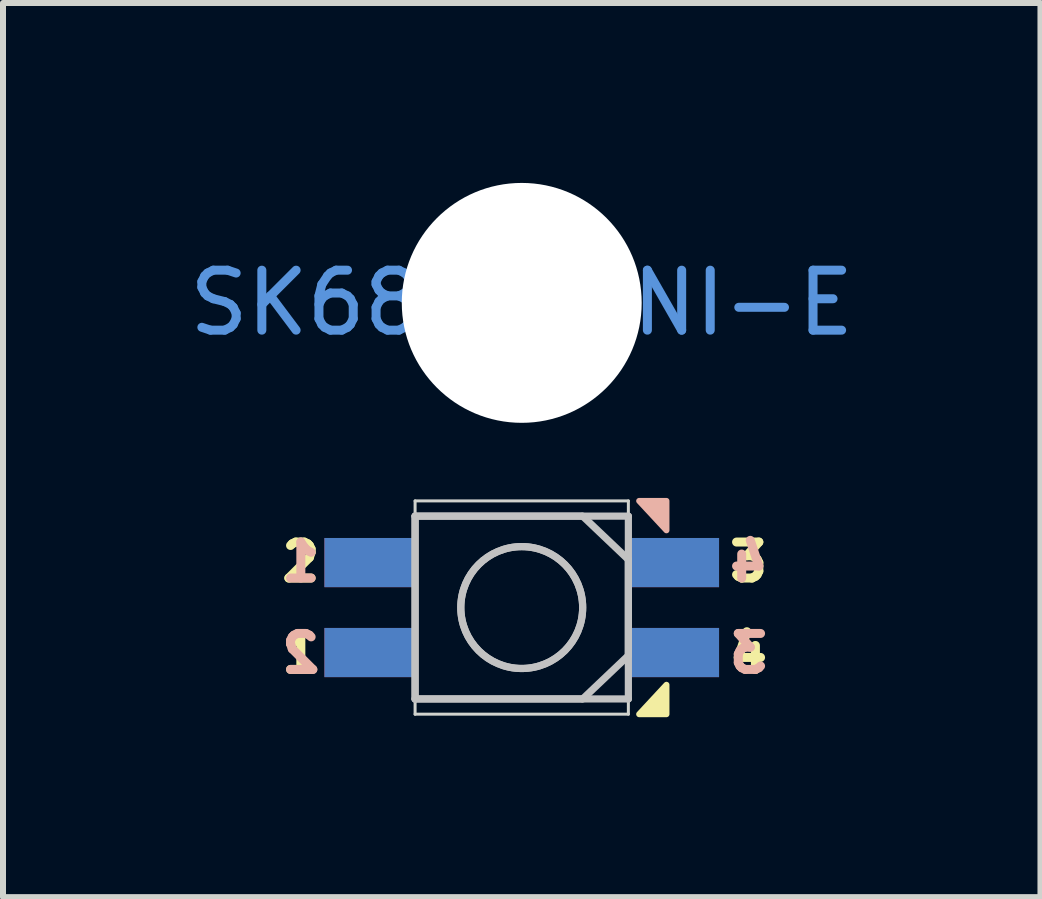
<source format=kicad_pcb>
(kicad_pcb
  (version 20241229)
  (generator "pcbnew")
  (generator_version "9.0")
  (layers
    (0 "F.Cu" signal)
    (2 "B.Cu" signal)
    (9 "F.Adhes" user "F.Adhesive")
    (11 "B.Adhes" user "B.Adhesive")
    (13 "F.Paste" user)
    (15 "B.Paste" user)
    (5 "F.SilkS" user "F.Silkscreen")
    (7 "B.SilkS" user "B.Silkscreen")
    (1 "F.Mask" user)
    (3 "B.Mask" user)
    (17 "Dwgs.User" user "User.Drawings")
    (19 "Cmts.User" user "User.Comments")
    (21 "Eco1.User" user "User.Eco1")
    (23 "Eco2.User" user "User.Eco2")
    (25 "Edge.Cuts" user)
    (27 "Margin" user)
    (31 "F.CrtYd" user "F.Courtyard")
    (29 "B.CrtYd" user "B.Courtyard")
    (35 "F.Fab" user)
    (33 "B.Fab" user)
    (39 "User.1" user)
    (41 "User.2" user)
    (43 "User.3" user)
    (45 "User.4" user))
  (footprint "SK6812MINI-E"
    (layer "F.Cu")
    (at 5.649 2)
    (property "Reference" "SK6812MINI-E" (at 0 0 0) (layer "Cmts.User") (effects (font (size 1 1) (thickness 0.15))))
    (attr through_hole)
    (fp_poly (pts (xy 2.413 6.368) (xy 2.413 6.858) (xy 1.958 6.858)) (stroke (width 0.1) (type solid)) (fill yes) (layer "F.SilkS"))
    (fp_poly (pts (xy 2.413 3.792) (xy 2.413 3.302) (xy 1.958 3.302)) (stroke (width 0.1) (type solid)) (fill yes) (layer "B.SilkS"))
    (fp_line (start -1.778 3.556) (end -1.778 6.604) (stroke (width 0.12) (type solid)) (layer "Dwgs.User"))
    (fp_line (start -1.778 6.604) (end -1.778 3.556) (stroke (width 0.12) (type solid)) (layer "Dwgs.User"))
    (fp_line (start 1 3.556) (end -1.778 3.556) (stroke (width 0.12) (type solid)) (layer "Dwgs.User"))
    (fp_line (start 1 6.604) (end -1.778 6.604) (stroke (width 0.12) (type solid)) (layer "Dwgs.User"))
    (fp_line (start 1.016 3.556) (end 1.778 4.28) (stroke (width 0.12) (type solid)) (layer "Dwgs.User"))
    (fp_line (start 1.016 6.604) (end 1.778 5.88) (stroke (width 0.12) (type solid)) (layer "Dwgs.User"))
    (fp_line (start 1.778 3.556) (end -1.778 3.556) (stroke (width 0.12) (type solid)) (layer "Dwgs.User"))
    (fp_line (start 1.778 3.556) (end 1.778 5.88) (stroke (width 0.12) (type solid)) (layer "Dwgs.User"))
    (fp_line (start 1.778 6.604) (end -1.778 6.604) (stroke (width 0.12) (type solid)) (layer "Dwgs.User"))
    (fp_line (start 1.778 6.604) (end 1.778 4.28) (stroke (width 0.12) (type solid)) (layer "Dwgs.User"))
    (fp_circle (center 0 5.08) (end 1.016 5.08) (stroke (width 0.12) (type solid)) (fill no) (layer "Dwgs.User"))
    (fp_circle (center 0 5.08) (end 1.016 5.08) (stroke (width 0.12) (type solid)) (fill no) (layer "Dwgs.User"))
    (fp_line (start -1.778 3.302) (end -1.778 6.858) (stroke (width 0.05) (type solid)) (layer "Edge.Cuts"))
    (fp_line (start -1.778 3.302) (end 1.778 3.302) (stroke (width 0.05) (type solid)) (layer "Edge.Cuts"))
    (fp_line (start -1.778 6.858) (end 1.778 6.858) (stroke (width 0.05) (type solid)) (layer "Edge.Cuts"))
    (fp_line (start 1.778 6.858) (end 1.778 3.302) (stroke (width 0.05) (type solid)) (layer "Edge.Cuts"))
    (fp_text user "1" (at -3.683 5.842 180) (layer "F.SilkS") (effects (font (size 0.6 0.6) (thickness 0.15))))
    (fp_text user "3" (at 3.782 4.318 180) (layer "F.SilkS") (effects (font (size 0.6 0.6) (thickness 0.15))))
    (fp_text user "4" (at 3.782 5.842 180) (layer "F.SilkS") (effects (font (size 0.6 0.6) (thickness 0.15))))
    (fp_text user "2" (at -3.683 4.318 180) (layer "F.SilkS") (effects (font (size 0.6 0.6) (thickness 0.15))))
    (fp_text user "3" (at 3.782 5.842 180) (layer "B.SilkS") (effects (font (size 0.6 0.6) (thickness 0.15)) (justify mirror)))
    (fp_text user "2" (at -3.683 5.842 180) (layer "B.SilkS") (effects (font (size 0.6 0.6) (thickness 0.15)) (justify mirror)))
    (fp_text user "4" (at 3.782 4.318 180) (layer "B.SilkS") (effects (font (size 0.6 0.6) (thickness 0.15)) (justify mirror)))
    (fp_text user "1" (at -3.683 4.318 180) (layer "B.SilkS") (effects (font (size 0.6 0.6) (thickness 0.15)) (justify mirror)))
    (pad "" np_thru_hole circle (at 0 0 90) (size 4 4) (drill 4) (layers "*.Cu" "*.Mask"))
    (pad "1" smd rect (at -2.54 4.33) (size 1.5 0.82) (layers "B.Cu" "B.Mask" "B.Paste"))
    (pad "1" smd rect (at -2.54 5.83) (size 1.5 0.82) (layers "F.Cu" "F.Mask" "F.Paste"))
    (pad "2" smd trapezoid (at -2.54 4.33) (size 1.5 0.82) (layers "F.Cu" "F.Mask" "F.Paste"))
    (pad "2" smd trapezoid (at -2.54 5.83) (size 1.5 0.82) (layers "B.Cu" "B.Mask" "B.Paste"))
    (pad "3" smd rect (at 2.54 4.33) (size 1.5 0.82) (layers "F.Cu" "F.Mask" "F.Paste"))
    (pad "3" smd rect (at 2.54 5.83) (size 1.5 0.82) (layers "B.Cu" "B.Mask" "B.Paste"))
    (pad "4" smd rect (at 2.54 4.33) (size 1.5 0.82) (layers "B.Cu" "B.Mask" "B.Paste"))
    (pad "4" smd rect (at 2.54 5.83) (size 1.5 0.82) (layers "F.Cu" "F.Mask" "F.Paste")))
  (gr_rect
    (start -3 -3)
    (end 14.298 11.908)
    (stroke (width 0.1) (type default))
    (fill no)
    (layer "Edge.Cuts")))
</source>
